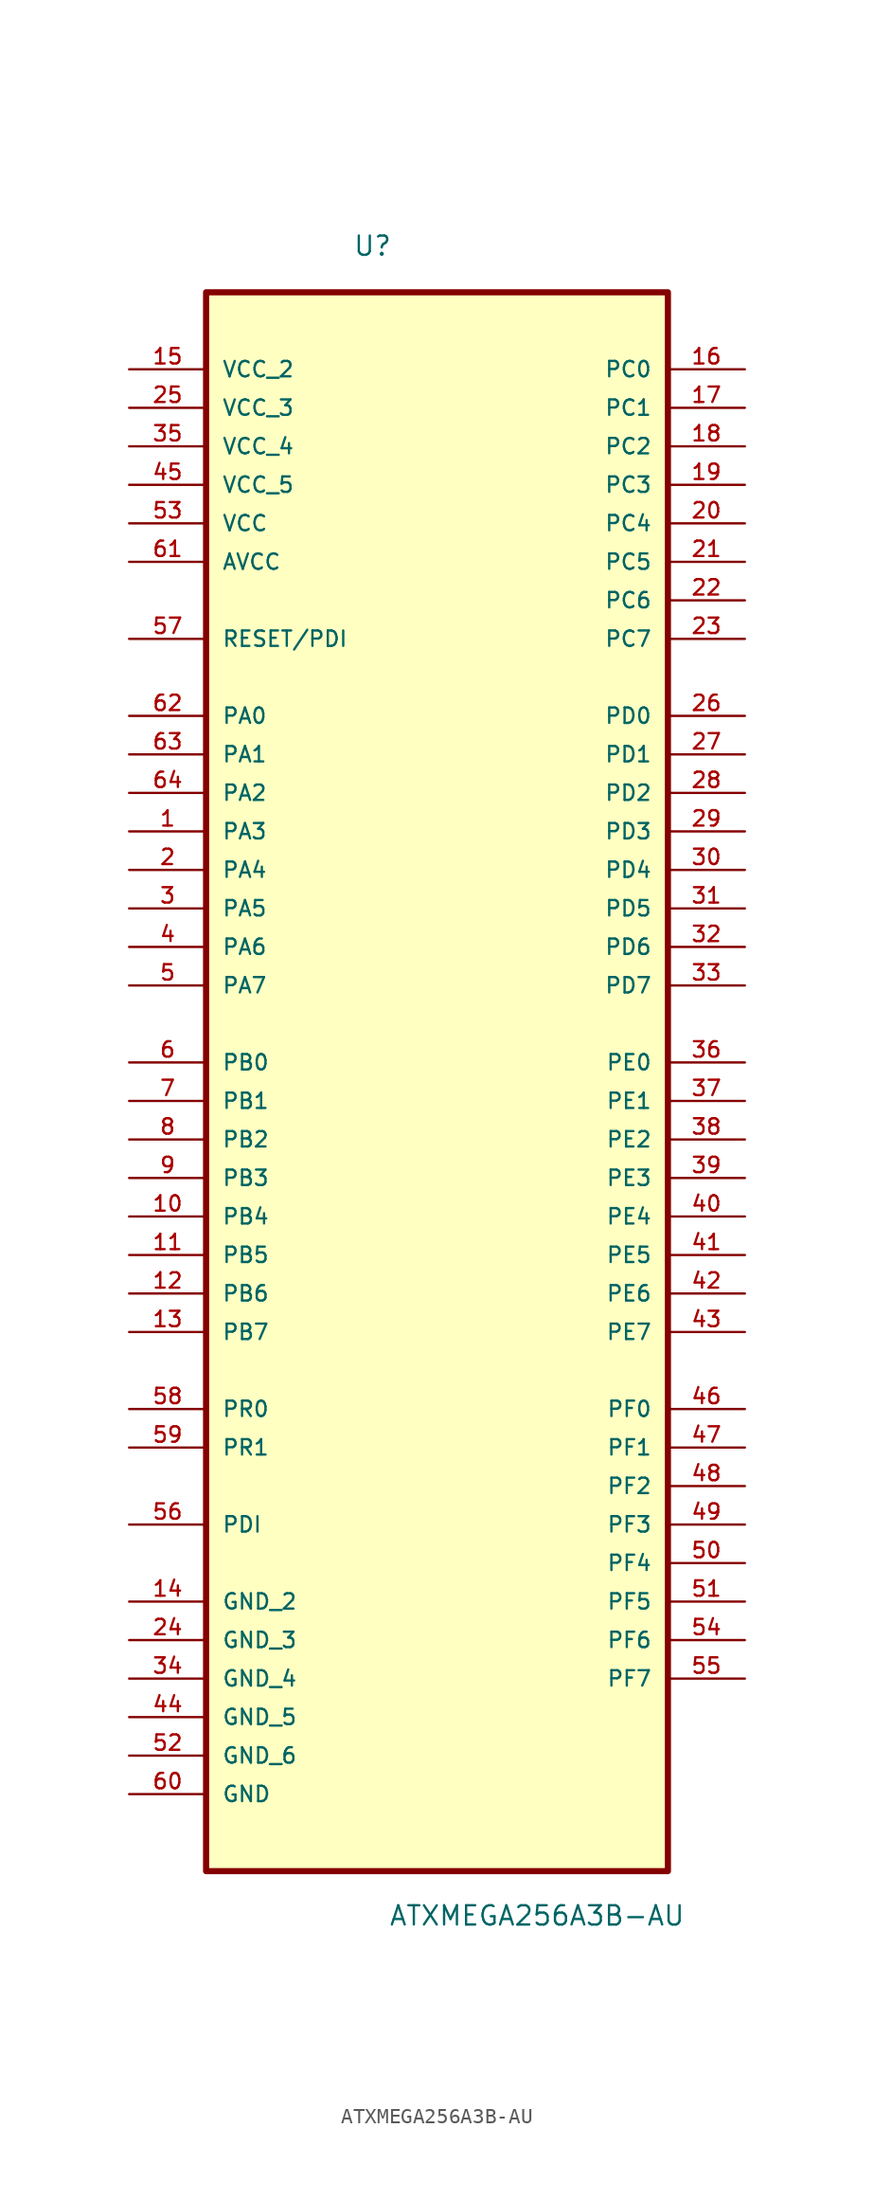
<source format=kicad_sym>
(kicad_symbol_lib
  (version 20211014)
  (generator kicad_symbol_editor)
  (symbol "ATXMEGA256A3B-AU"
    (pin_names
      (offset 1.016))
    (property "Reference" "U"
      (at -5.563 50.571 0.0)
      (effects (font (size 1.27 1.27)) (justify bottom left)))
    (property "Value" "ATXMEGA256A3B-AU"
      (at -3.2 -59.563 0.0)
      (effects (font (size 1.27 1.27)) (justify bottom left)))
    (symbol "ATXMEGA256A3B-AU_0_0"
      (rectangle (start -15.24 -55.88) (end 15.24 48.26) (stroke (width 0.406)) (fill (type background)))
      (pin power_in line (at -20.32 43.18 0) (length 5.08) (name "VCC_2" (effects (font (size 1.016 1.016)))) (number "15" (effects (font (size 1.016 1.016)))))
      (pin power_in line (at -20.32 40.64 0) (length 5.08) (name "VCC_3" (effects (font (size 1.016 1.016)))) (number "25" (effects (font (size 1.016 1.016)))))
      (pin power_in line (at -20.32 38.1 0) (length 5.08) (name "VCC_4" (effects (font (size 1.016 1.016)))) (number "35" (effects (font (size 1.016 1.016)))))
      (pin power_in line (at -20.32 35.56 0) (length 5.08) (name "VCC_5" (effects (font (size 1.016 1.016)))) (number "45" (effects (font (size 1.016 1.016)))))
      (pin power_in line (at -20.32 33.02 0) (length 5.08) (name "VCC" (effects (font (size 1.016 1.016)))) (number "53" (effects (font (size 1.016 1.016)))))
      (pin power_in line (at -20.32 30.48 0) (length 5.08) (name "AVCC" (effects (font (size 1.016 1.016)))) (number "61" (effects (font (size 1.016 1.016)))))
      (pin input line (at -20.32 25.4 0) (length 5.08) (name "RESET/PDI" (effects (font (size 1.016 1.016)))) (number "57" (effects (font (size 1.016 1.016)))))
      (pin bidirectional line (at -20.32 20.32 0) (length 5.08) (name "PA0" (effects (font (size 1.016 1.016)))) (number "62" (effects (font (size 1.016 1.016)))))
      (pin bidirectional line (at -20.32 17.78 0) (length 5.08) (name "PA1" (effects (font (size 1.016 1.016)))) (number "63" (effects (font (size 1.016 1.016)))))
      (pin bidirectional line (at -20.32 15.24 0) (length 5.08) (name "PA2" (effects (font (size 1.016 1.016)))) (number "64" (effects (font (size 1.016 1.016)))))
      (pin bidirectional line (at -20.32 12.7 0) (length 5.08) (name "PA3" (effects (font (size 1.016 1.016)))) (number "1" (effects (font (size 1.016 1.016)))))
      (pin bidirectional line (at -20.32 10.16 0) (length 5.08) (name "PA4" (effects (font (size 1.016 1.016)))) (number "2" (effects (font (size 1.016 1.016)))))
      (pin bidirectional line (at -20.32 7.62 0) (length 5.08) (name "PA5" (effects (font (size 1.016 1.016)))) (number "3" (effects (font (size 1.016 1.016)))))
      (pin bidirectional line (at -20.32 5.08 0) (length 5.08) (name "PA6" (effects (font (size 1.016 1.016)))) (number "4" (effects (font (size 1.016 1.016)))))
      (pin bidirectional line (at -20.32 2.54 0) (length 5.08) (name "PA7" (effects (font (size 1.016 1.016)))) (number "5" (effects (font (size 1.016 1.016)))))
      (pin bidirectional line (at -20.32 -2.54 0) (length 5.08) (name "PB0" (effects (font (size 1.016 1.016)))) (number "6" (effects (font (size 1.016 1.016)))))
      (pin bidirectional line (at -20.32 -5.08 0) (length 5.08) (name "PB1" (effects (font (size 1.016 1.016)))) (number "7" (effects (font (size 1.016 1.016)))))
      (pin bidirectional line (at -20.32 -7.62 0) (length 5.08) (name "PB2" (effects (font (size 1.016 1.016)))) (number "8" (effects (font (size 1.016 1.016)))))
      (pin bidirectional line (at -20.32 -10.16 0) (length 5.08) (name "PB3" (effects (font (size 1.016 1.016)))) (number "9" (effects (font (size 1.016 1.016)))))
      (pin bidirectional line (at -20.32 -12.7 0) (length 5.08) (name "PB4" (effects (font (size 1.016 1.016)))) (number "10" (effects (font (size 1.016 1.016)))))
      (pin bidirectional line (at -20.32 -15.24 0) (length 5.08) (name "PB5" (effects (font (size 1.016 1.016)))) (number "11" (effects (font (size 1.016 1.016)))))
      (pin bidirectional line (at -20.32 -17.78 0) (length 5.08) (name "PB6" (effects (font (size 1.016 1.016)))) (number "12" (effects (font (size 1.016 1.016)))))
      (pin bidirectional line (at -20.32 -20.32 0) (length 5.08) (name "PB7" (effects (font (size 1.016 1.016)))) (number "13" (effects (font (size 1.016 1.016)))))
      (pin bidirectional line (at -20.32 -25.4 0) (length 5.08) (name "PR0" (effects (font (size 1.016 1.016)))) (number "58" (effects (font (size 1.016 1.016)))))
      (pin bidirectional line (at -20.32 -27.94 0) (length 5.08) (name "PR1" (effects (font (size 1.016 1.016)))) (number "59" (effects (font (size 1.016 1.016)))))
      (pin passive line (at -20.32 -33.02 0) (length 5.08) (name "PDI" (effects (font (size 1.016 1.016)))) (number "56" (effects (font (size 1.016 1.016)))))
      (pin passive line (at -20.32 -38.1 0) (length 5.08) (name "GND_2" (effects (font (size 1.016 1.016)))) (number "14" (effects (font (size 1.016 1.016)))))
      (pin passive line (at -20.32 -40.64 0) (length 5.08) (name "GND_3" (effects (font (size 1.016 1.016)))) (number "24" (effects (font (size 1.016 1.016)))))
      (pin passive line (at -20.32 -43.18 0) (length 5.08) (name "GND_4" (effects (font (size 1.016 1.016)))) (number "34" (effects (font (size 1.016 1.016)))))
      (pin passive line (at -20.32 -45.72 0) (length 5.08) (name "GND_5" (effects (font (size 1.016 1.016)))) (number "44" (effects (font (size 1.016 1.016)))))
      (pin passive line (at -20.32 -48.26 0) (length 5.08) (name "GND_6" (effects (font (size 1.016 1.016)))) (number "52" (effects (font (size 1.016 1.016)))))
      (pin passive line (at -20.32 -50.8 0) (length 5.08) (name "GND" (effects (font (size 1.016 1.016)))) (number "60" (effects (font (size 1.016 1.016)))))
      (pin bidirectional line (at 20.32 43.18 180.0) (length 5.08) (name "PC0" (effects (font (size 1.016 1.016)))) (number "16" (effects (font (size 1.016 1.016)))))
      (pin bidirectional line (at 20.32 40.64 180.0) (length 5.08) (name "PC1" (effects (font (size 1.016 1.016)))) (number "17" (effects (font (size 1.016 1.016)))))
      (pin bidirectional line (at 20.32 38.1 180.0) (length 5.08) (name "PC2" (effects (font (size 1.016 1.016)))) (number "18" (effects (font (size 1.016 1.016)))))
      (pin bidirectional line (at 20.32 35.56 180.0) (length 5.08) (name "PC3" (effects (font (size 1.016 1.016)))) (number "19" (effects (font (size 1.016 1.016)))))
      (pin bidirectional line (at 20.32 33.02 180.0) (length 5.08) (name "PC4" (effects (font (size 1.016 1.016)))) (number "20" (effects (font (size 1.016 1.016)))))
      (pin bidirectional line (at 20.32 30.48 180.0) (length 5.08) (name "PC5" (effects (font (size 1.016 1.016)))) (number "21" (effects (font (size 1.016 1.016)))))
      (pin bidirectional line (at 20.32 27.94 180.0) (length 5.08) (name "PC6" (effects (font (size 1.016 1.016)))) (number "22" (effects (font (size 1.016 1.016)))))
      (pin bidirectional line (at 20.32 25.4 180.0) (length 5.08) (name "PC7" (effects (font (size 1.016 1.016)))) (number "23" (effects (font (size 1.016 1.016)))))
      (pin bidirectional line (at 20.32 20.32 180.0) (length 5.08) (name "PD0" (effects (font (size 1.016 1.016)))) (number "26" (effects (font (size 1.016 1.016)))))
      (pin bidirectional line (at 20.32 17.78 180.0) (length 5.08) (name "PD1" (effects (font (size 1.016 1.016)))) (number "27" (effects (font (size 1.016 1.016)))))
      (pin bidirectional line (at 20.32 15.24 180.0) (length 5.08) (name "PD2" (effects (font (size 1.016 1.016)))) (number "28" (effects (font (size 1.016 1.016)))))
      (pin bidirectional line (at 20.32 12.7 180.0) (length 5.08) (name "PD3" (effects (font (size 1.016 1.016)))) (number "29" (effects (font (size 1.016 1.016)))))
      (pin bidirectional line (at 20.32 10.16 180.0) (length 5.08) (name "PD4" (effects (font (size 1.016 1.016)))) (number "30" (effects (font (size 1.016 1.016)))))
      (pin bidirectional line (at 20.32 7.62 180.0) (length 5.08) (name "PD5" (effects (font (size 1.016 1.016)))) (number "31" (effects (font (size 1.016 1.016)))))
      (pin bidirectional line (at 20.32 5.08 180.0) (length 5.08) (name "PD6" (effects (font (size 1.016 1.016)))) (number "32" (effects (font (size 1.016 1.016)))))
      (pin bidirectional line (at 20.32 2.54 180.0) (length 5.08) (name "PD7" (effects (font (size 1.016 1.016)))) (number "33" (effects (font (size 1.016 1.016)))))
      (pin bidirectional line (at 20.32 -2.54 180.0) (length 5.08) (name "PE0" (effects (font (size 1.016 1.016)))) (number "36" (effects (font (size 1.016 1.016)))))
      (pin bidirectional line (at 20.32 -5.08 180.0) (length 5.08) (name "PE1" (effects (font (size 1.016 1.016)))) (number "37" (effects (font (size 1.016 1.016)))))
      (pin bidirectional line (at 20.32 -7.62 180.0) (length 5.08) (name "PE2" (effects (font (size 1.016 1.016)))) (number "38" (effects (font (size 1.016 1.016)))))
      (pin bidirectional line (at 20.32 -10.16 180.0) (length 5.08) (name "PE3" (effects (font (size 1.016 1.016)))) (number "39" (effects (font (size 1.016 1.016)))))
      (pin bidirectional line (at 20.32 -12.7 180.0) (length 5.08) (name "PE4" (effects (font (size 1.016 1.016)))) (number "40" (effects (font (size 1.016 1.016)))))
      (pin bidirectional line (at 20.32 -15.24 180.0) (length 5.08) (name "PE5" (effects (font (size 1.016 1.016)))) (number "41" (effects (font (size 1.016 1.016)))))
      (pin bidirectional line (at 20.32 -17.78 180.0) (length 5.08) (name "PE6" (effects (font (size 1.016 1.016)))) (number "42" (effects (font (size 1.016 1.016)))))
      (pin bidirectional line (at 20.32 -20.32 180.0) (length 5.08) (name "PE7" (effects (font (size 1.016 1.016)))) (number "43" (effects (font (size 1.016 1.016)))))
      (pin bidirectional line (at 20.32 -25.4 180.0) (length 5.08) (name "PF0" (effects (font (size 1.016 1.016)))) (number "46" (effects (font (size 1.016 1.016)))))
      (pin bidirectional line (at 20.32 -27.94 180.0) (length 5.08) (name "PF1" (effects (font (size 1.016 1.016)))) (number "47" (effects (font (size 1.016 1.016)))))
      (pin bidirectional line (at 20.32 -30.48 180.0) (length 5.08) (name "PF2" (effects (font (size 1.016 1.016)))) (number "48" (effects (font (size 1.016 1.016)))))
      (pin bidirectional line (at 20.32 -33.02 180.0) (length 5.08) (name "PF3" (effects (font (size 1.016 1.016)))) (number "49" (effects (font (size 1.016 1.016)))))
      (pin bidirectional line (at 20.32 -35.56 180.0) (length 5.08) (name "PF4" (effects (font (size 1.016 1.016)))) (number "50" (effects (font (size 1.016 1.016)))))
      (pin bidirectional line (at 20.32 -38.1 180.0) (length 5.08) (name "PF5" (effects (font (size 1.016 1.016)))) (number "51" (effects (font (size 1.016 1.016)))))
      (pin bidirectional line (at 20.32 -40.64 180.0) (length 5.08) (name "PF6" (effects (font (size 1.016 1.016)))) (number "54" (effects (font (size 1.016 1.016)))))
      (pin bidirectional line (at 20.32 -43.18 180.0) (length 5.08) (name "PF7" (effects (font (size 1.016 1.016)))) (number "55" (effects (font (size 1.016 1.016))))))))
</source>
